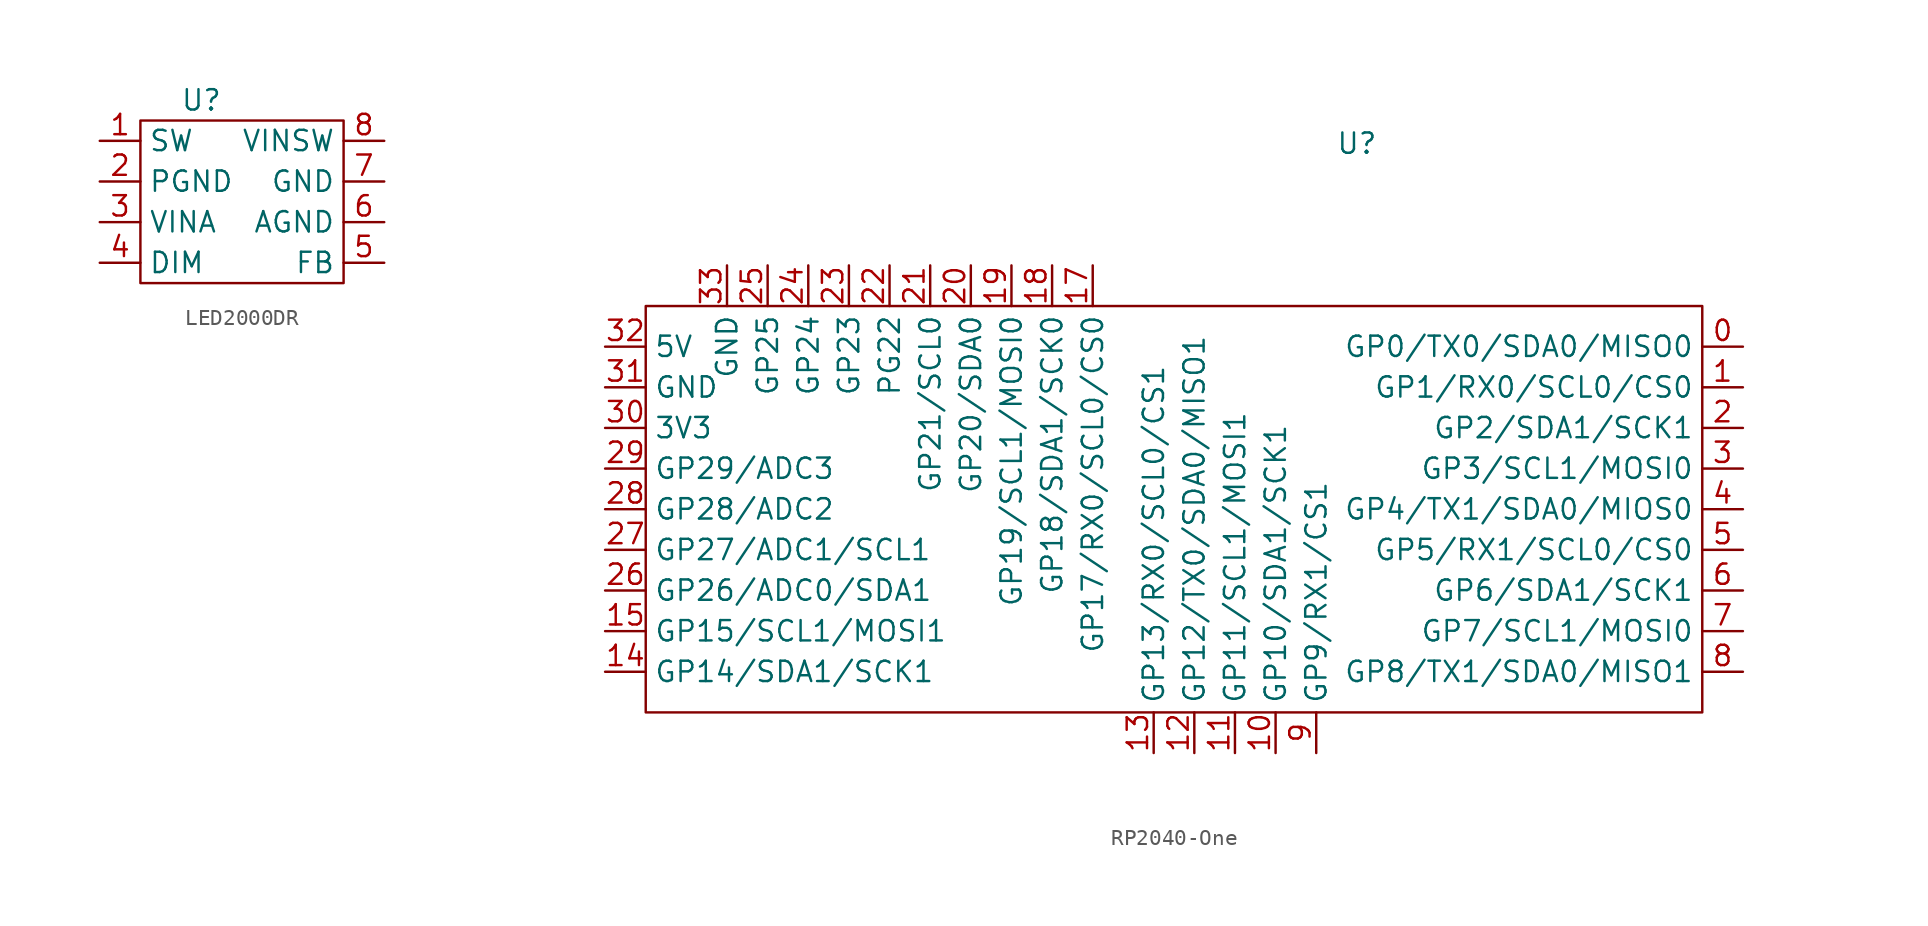
<source format=kicad_sym>
(kicad_symbol_lib
  (version 20220914)
  (generator kicad_symbol_editor)
  (symbol "LED2000DR"
    (property "Reference" "U"
      (at -2.54 6.35 0)
      (effects (font (size 1.27 1.27))))
    (property "Value" ""
      (at 0 0 0)
      (effects (font (size 1.27 1.27))))
    (symbol "LED2000DR_0_1"
      (rectangle (start -6.35 5.08) (end 6.35 -5.08) (stroke (width 0) (type default)) (fill (type none))))
    (symbol "LED2000DR_1_1"
      (pin input line (at -8.89 3.81 0) (length 2.54) (name "SW" (effects (font (size 1.27 1.27)))) (number "1" (effects (font (size 1.27 1.27)))))
      (pin power_in line (at -8.89 1.27 0) (length 2.54) (name "PGND" (effects (font (size 1.27 1.27)))) (number "2" (effects (font (size 1.27 1.27)))))
      (pin power_in line (at -8.89 -1.27 0) (length 2.54) (name "VINA" (effects (font (size 1.27 1.27)))) (number "3" (effects (font (size 1.27 1.27)))))
      (pin input line (at -8.89 -3.81 0) (length 2.54) (name "DIM" (effects (font (size 1.27 1.27)))) (number "4" (effects (font (size 1.27 1.27)))))
      (pin input line (at 8.89 -3.81 180) (length 2.54) (name "FB" (effects (font (size 1.27 1.27)))) (number "5" (effects (font (size 1.27 1.27)))))
      (pin power_in line (at 8.89 -1.27 180) (length 2.54) (name "AGND" (effects (font (size 1.27 1.27)))) (number "6" (effects (font (size 1.27 1.27)))))
      (pin power_in line (at 8.89 1.27 180) (length 2.54) (name "GND" (effects (font (size 1.27 1.27)))) (number "7" (effects (font (size 1.27 1.27)))))
      (pin power_in line (at 8.89 3.81 180) (length 2.54) (name "VINSW" (effects (font (size 1.27 1.27)))) (number "8" (effects (font (size 1.27 1.27)))))))
  (symbol "RP2040-One"
    (property "Reference" "U"
      (at 0 25.4 0)
      (effects (font (size 1.27 1.27))))
    (property "Value" ""
      (at -1.27 0 0)
      (effects (font (size 1.27 1.27))))
    (symbol "RP2040-One_0_1"
      (rectangle (start -44.45 15.24) (end 21.59 -10.16) (stroke (width 0) (type default)) (fill (type none))))
    (symbol "RP2040-One_1_1"
      (pin input line (at 24.13 12.7 180) (length 2.54) (name "GP0/TX0/SDA0/MISO0" (effects (font (size 1.27 1.27)))) (number "0" (effects (font (size 1.27 1.27)))))
      (pin input line (at 24.13 10.16 180) (length 2.54) (name "GP1/RX0/SCL0/CS0" (effects (font (size 1.27 1.27)))) (number "1" (effects (font (size 1.27 1.27)))))
      (pin input line (at -5.08 -12.7 90) (length 2.54) (name "GP10/SDA1/SCK1" (effects (font (size 1.27 1.27)))) (number "10" (effects (font (size 1.27 1.27)))))
      (pin input line (at -7.62 -12.7 90) (length 2.54) (name "GP11/SCL1/MOSI1" (effects (font (size 1.27 1.27)))) (number "11" (effects (font (size 1.27 1.27)))))
      (pin input line (at -10.16 -12.7 90) (length 2.54) (name "GP12/TX0/SDA0/MISO1" (effects (font (size 1.27 1.27)))) (number "12" (effects (font (size 1.27 1.27)))))
      (pin input line (at -12.7 -12.7 90) (length 2.54) (name "GP13/RX0/SCL0/CS1" (effects (font (size 1.27 1.27)))) (number "13" (effects (font (size 1.27 1.27)))))
      (pin input line (at -46.99 -7.62 0) (length 2.54) (name "GP14/SDA1/SCK1" (effects (font (size 1.27 1.27)))) (number "14" (effects (font (size 1.27 1.27)))))
      (pin input line (at -46.99 -5.08 0) (length 2.54) (name "GP15/SCL1/MOSI1" (effects (font (size 1.27 1.27)))) (number "15" (effects (font (size 1.27 1.27)))))
      (pin power_in line (at -16.51 17.78 270) (length 2.54) (name "GP17/RX0/SCL0/CS0" (effects (font (size 1.27 1.27)))) (number "17" (effects (font (size 1.27 1.27)))))
      (pin power_in line (at -19.05 17.78 270) (length 2.54) (name "GP18/SDA1/SCK0" (effects (font (size 1.27 1.27)))) (number "18" (effects (font (size 1.27 1.27)))))
      (pin power_in line (at -21.59 17.78 270) (length 2.54) (name "GP19/SCL1/MOSI0" (effects (font (size 1.27 1.27)))) (number "19" (effects (font (size 1.27 1.27)))))
      (pin input line (at 24.13 7.62 180) (length 2.54) (name "GP2/SDA1/SCK1" (effects (font (size 1.27 1.27)))) (number "2" (effects (font (size 1.27 1.27)))))
      (pin power_in line (at -24.13 17.78 270) (length 2.54) (name "GP20/SDA0" (effects (font (size 1.27 1.27)))) (number "20" (effects (font (size 1.27 1.27)))))
      (pin power_in line (at -26.67 17.78 270) (length 2.54) (name "GP21/SCL0" (effects (font (size 1.27 1.27)))) (number "21" (effects (font (size 1.27 1.27)))))
      (pin power_in line (at -29.21 17.78 270) (length 2.54) (name "PG22" (effects (font (size 1.27 1.27)))) (number "22" (effects (font (size 1.27 1.27)))))
      (pin power_in line (at -31.75 17.78 270) (length 2.54) (name "GP23" (effects (font (size 1.27 1.27)))) (number "23" (effects (font (size 1.27 1.27)))))
      (pin power_in line (at -34.29 17.78 270) (length 2.54) (name "GP24" (effects (font (size 1.27 1.27)))) (number "24" (effects (font (size 1.27 1.27)))))
      (pin power_in line (at -36.83 17.78 270) (length 2.54) (name "GP25" (effects (font (size 1.27 1.27)))) (number "25" (effects (font (size 1.27 1.27)))))
      (pin input line (at -46.99 -2.54 0) (length 2.54) (name "GP26/ADC0/SDA1" (effects (font (size 1.27 1.27)))) (number "26" (effects (font (size 1.27 1.27)))))
      (pin input line (at -46.99 0 0) (length 2.54) (name "GP27/ADC1/SCL1" (effects (font (size 1.27 1.27)))) (number "27" (effects (font (size 1.27 1.27)))))
      (pin input line (at -46.99 2.54 0) (length 2.54) (name "GP28/ADC2" (effects (font (size 1.27 1.27)))) (number "28" (effects (font (size 1.27 1.27)))))
      (pin input line (at -46.99 5.08 0) (length 2.54) (name "GP29/ADC3" (effects (font (size 1.27 1.27)))) (number "29" (effects (font (size 1.27 1.27)))))
      (pin input line (at 24.13 5.08 180) (length 2.54) (name "GP3/SCL1/MOSI0" (effects (font (size 1.27 1.27)))) (number "3" (effects (font (size 1.27 1.27)))))
      (pin power_in line (at -46.99 7.62 0) (length 2.54) (name "3V3" (effects (font (size 1.27 1.27)))) (number "30" (effects (font (size 1.27 1.27)))))
      (pin power_in line (at -46.99 10.16 0) (length 2.54) (name "GND" (effects (font (size 1.27 1.27)))) (number "31" (effects (font (size 1.27 1.27)))))
      (pin power_in line (at -46.99 12.7 0) (length 2.54) (name "5V" (effects (font (size 1.27 1.27)))) (number "32" (effects (font (size 1.27 1.27)))))
      (pin power_in line (at -39.37 17.78 270) (length 2.54) (name "GND" (effects (font (size 1.27 1.27)))) (number "33" (effects (font (size 1.27 1.27)))))
      (pin input line (at 24.13 2.54 180) (length 2.54) (name "GP4/TX1/SDA0/MIOS0" (effects (font (size 1.27 1.27)))) (number "4" (effects (font (size 1.27 1.27)))))
      (pin input line (at 24.13 0 180) (length 2.54) (name "GP5/RX1/SCL0/CS0" (effects (font (size 1.27 1.27)))) (number "5" (effects (font (size 1.27 1.27)))))
      (pin input line (at 24.13 -2.54 180) (length 2.54) (name "GP6/SDA1/SCK1" (effects (font (size 1.27 1.27)))) (number "6" (effects (font (size 1.27 1.27)))))
      (pin input line (at 24.13 -5.08 180) (length 2.54) (name "GP7/SCL1/MOSI0" (effects (font (size 1.27 1.27)))) (number "7" (effects (font (size 1.27 1.27)))))
      (pin input line (at 24.13 -7.62 180) (length 2.54) (name "GP8/TX1/SDA0/MISO1" (effects (font (size 1.27 1.27)))) (number "8" (effects (font (size 1.27 1.27)))))
      (pin input line (at -2.54 -12.7 90) (length 2.54) (name "GP9/RX1/CS1" (effects (font (size 1.27 1.27)))) (number "9" (effects (font (size 1.27 1.27))))))))
</source>
